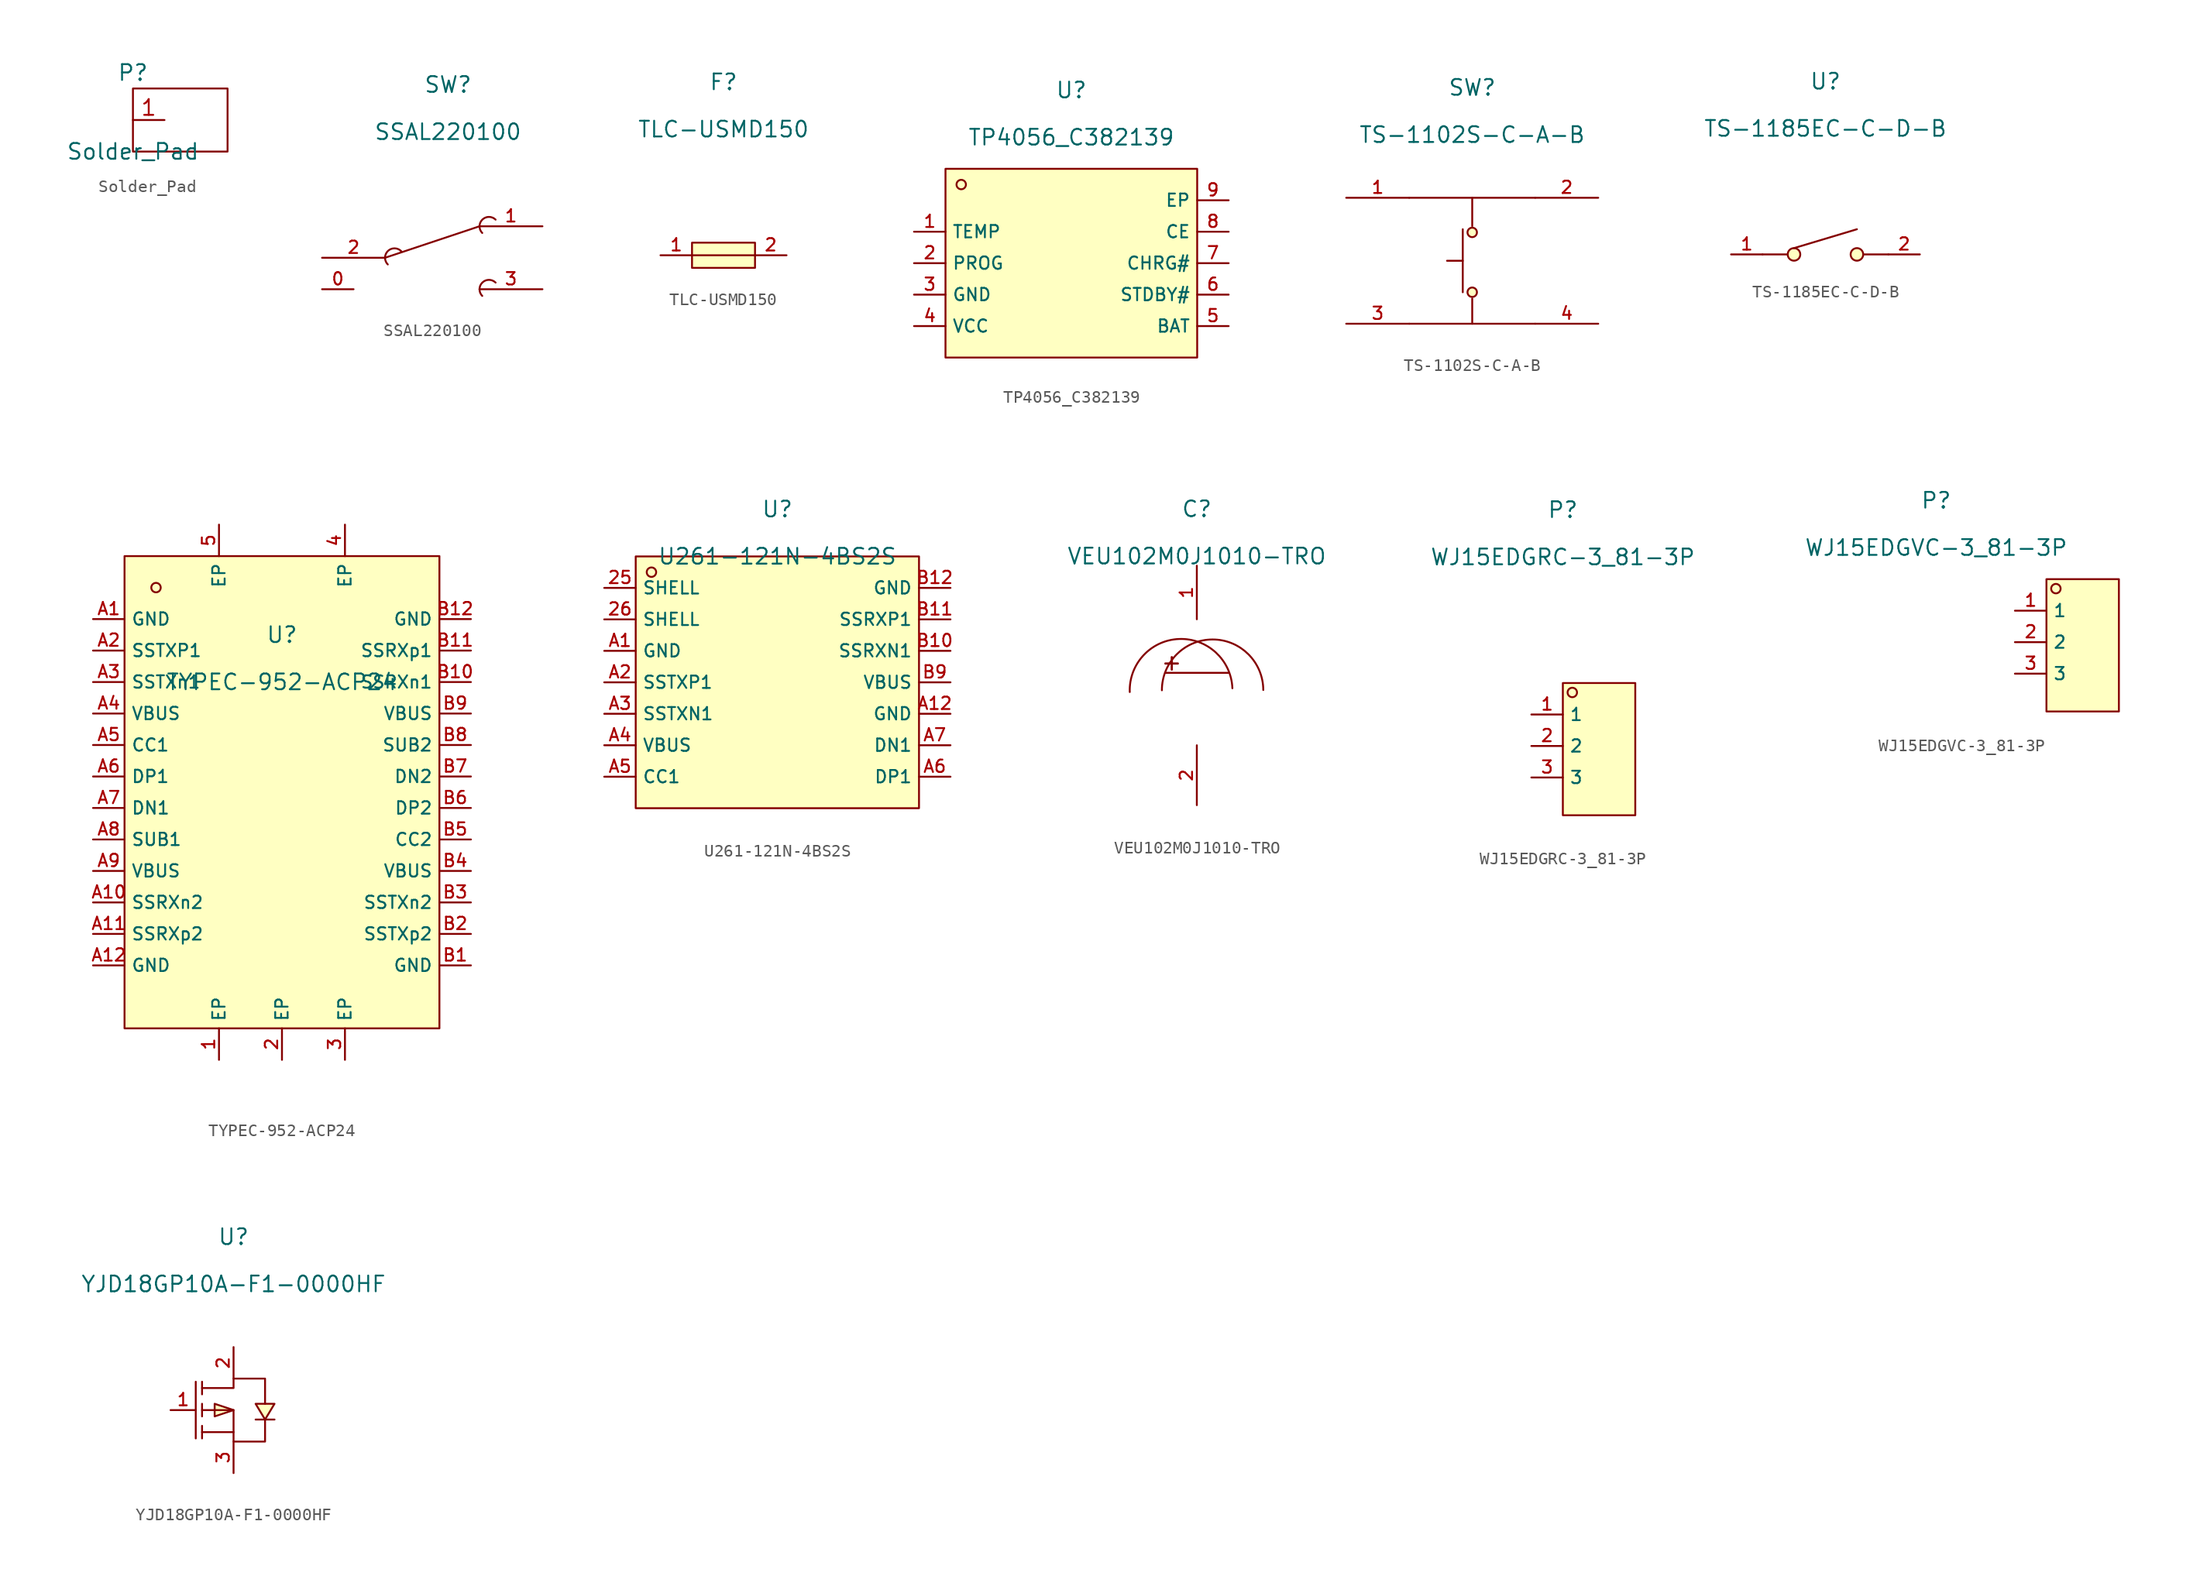
<source format=kicad_sym>
(kicad_symbol_lib
  (version 20211014)
  (generator kicad_symbol_editor)
  (symbol "Solder_Pad"
    (property "Reference" "P"
      (at 0 3.81 0)
      (effects (font (size 1.27 1.27))))
    (property "Value" "Solder_Pad"
      (at 0 -2.54 0)
      (effects (font (size 1.27 1.27))))
    (symbol "Solder_Pad_0_1"
      (rectangle (start 0 2.54) (end 7.62 -2.54) (stroke (width 0.152) (type default) (color 0 0 0 0)) (fill (type none))))
    (symbol "Solder_Pad_1_1"
      (pin bidirectional line (at 0 0 0) (length 2.54) (name "" (effects (font (size 1.27 1.27)))) (number "1" (effects (font (size 1.27 1.27)))))))
  (symbol "SSAL220100"
    (pin_names hide)
    (property "Reference" "SW"
      (at 0 1.27 0)
      (effects (font (size 1.27 1.27))))
    (property "Value" "SSAL220100"
      (at 0 -2.54 0)
      (effects (font (size 1.27 1.27))))
    (symbol "SSAL220100_0_0"
      (arc (start -3.7792 -12.1618) (mid -4.8568 -12.1618) (end -4.8568 -13.2395) (stroke (width 0) (type default) (color 0 0 0 0)) (fill (type none)))
      (polyline (pts (xy -5.08 -12.7) (xy 2.54 -10.16)) (stroke (width 0) (type default) (color 0 0 0 0)) (fill (type none)))
      (arc (start 3.8408 -14.7018) (mid 2.7632 -14.7018) (end 2.7632 -15.7795) (stroke (width 0) (type default) (color 0 0 0 0)) (fill (type none)))
      (arc (start 3.8408 -9.6218) (mid 2.7632 -9.6218) (end 2.7632 -10.6995) (stroke (width 0) (type default) (color 0 0 0 0)) (fill (type none)))
      (pin unspecified line (at -10.16 -15.24 0) (length 2.54) (name "0" (effects (font (size 1 1)))) (number "0" (effects (font (size 1 1)))))
      (pin input line (at 7.62 -10.16 180) (length 5.08) (name "1" (effects (font (size 1 1)))) (number "1" (effects (font (size 1 1)))))
      (pin input line (at -10.16 -12.7 0) (length 5.08) (name "2" (effects (font (size 1 1)))) (number "2" (effects (font (size 1 1)))))
      (pin input line (at 7.62 -15.24 180) (length 5.08) (name "3" (effects (font (size 1 1)))) (number "3" (effects (font (size 1 1)))))))
  (symbol "TLC-USMD150"
    (pin_names hide)
    (property "Reference" "F"
      (at 0 1.27 0)
      (effects (font (size 1.27 1.27))))
    (property "Value" "TLC-USMD150"
      (at 0 -2.54 0)
      (effects (font (size 1.27 1.27))))
    (symbol "TLC-USMD150_0_0"
      (rectangle (start -2.54 -11.684) (end 2.54 -13.716) (stroke (width 0) (type default) (color 0 0 0 0)) (fill (type background)))
      (polyline (pts (xy -2.54 -12.7) (xy 2.54 -12.7)) (stroke (width 0) (type default) (color 0 0 0 0)) (fill (type none)))
      (pin unspecified line (at -5.08 -12.7 0) (length 2.54) (name "1" (effects (font (size 1 1)))) (number "1" (effects (font (size 1 1)))))
      (pin unspecified line (at 5.08 -12.7 180) (length 2.54) (name "2" (effects (font (size 1 1)))) (number "2" (effects (font (size 1 1)))))))
  (symbol "TP4056_C382139"
    (property "Reference" "U"
      (at 0 1.27 0)
      (effects (font (size 1.27 1.27))))
    (property "Value" "TP4056_C382139"
      (at 0 -2.54 0)
      (effects (font (size 1.27 1.27))))
    (symbol "TP4056_C382139_0_0"
      (rectangle (start -10.16 -5.08) (end 10.16 -20.32) (stroke (width 0) (type default) (color 0 0 0 0)) (fill (type background)))
      (circle (center -8.89 -6.35) (radius 0.381) (stroke (width 0) (type default) (color 0 0 0 0)) (fill (type background)))
      (pin unspecified line (at -12.7 -10.16 0) (length 2.54) (name "TEMP" (effects (font (size 1 1)))) (number "1" (effects (font (size 1 1)))))
      (pin unspecified line (at -12.7 -12.7 0) (length 2.54) (name "PROG" (effects (font (size 1 1)))) (number "2" (effects (font (size 1 1)))))
      (pin unspecified line (at -12.7 -15.24 0) (length 2.54) (name "GND" (effects (font (size 1 1)))) (number "3" (effects (font (size 1 1)))))
      (pin unspecified line (at -12.7 -17.78 0) (length 2.54) (name "VCC" (effects (font (size 1 1)))) (number "4" (effects (font (size 1 1)))))
      (pin unspecified line (at 12.7 -17.78 180) (length 2.54) (name "BAT" (effects (font (size 1 1)))) (number "5" (effects (font (size 1 1)))))
      (pin unspecified line (at 12.7 -15.24 180) (length 2.54) (name "STDBY#" (effects (font (size 1 1)))) (number "6" (effects (font (size 1 1)))))
      (pin unspecified line (at 12.7 -12.7 180) (length 2.54) (name "CHRG#" (effects (font (size 1 1)))) (number "7" (effects (font (size 1 1)))))
      (pin unspecified line (at 12.7 -10.16 180) (length 2.54) (name "CE" (effects (font (size 1 1)))) (number "8" (effects (font (size 1 1)))))
      (pin unspecified line (at 12.7 -7.62 180) (length 2.54) (name "EP" (effects (font (size 1 1)))) (number "9" (effects (font (size 1 1)))))))
  (symbol "TS-1102S-C-A-B"
    (pin_names hide)
    (property "Reference" "SW"
      (at 0 1.27 0)
      (effects (font (size 1.27 1.27))))
    (property "Value" "TS-1102S-C-A-B"
      (at 0 -2.54 0)
      (effects (font (size 1.27 1.27))))
    (symbol "TS-1102S-C-A-B_0_0"
      (circle (center 0 -15.24) (radius 0.381) (stroke (width 0) (type default) (color 0 0 0 0)) (fill (type background)))
      (circle (center 0 -10.414) (radius 0.381) (stroke (width 0) (type default) (color 0 0 0 0)) (fill (type background)))
      (polyline (pts (xy -5.08 -17.78) (xy 5.08 -17.78)) (stroke (width 0) (type default) (color 0 0 0 0)) (fill (type none)))
      (polyline (pts (xy -5.08 -7.62) (xy 5.08 -7.62)) (stroke (width 0) (type default) (color 0 0 0 0)) (fill (type none)))
      (polyline (pts (xy -2.032 -12.7) (xy -0.762 -12.7)) (stroke (width 0) (type default) (color 0 0 0 0)) (fill (type none)))
      (polyline (pts (xy -0.762 -10.16) (xy -0.762 -15.24)) (stroke (width 0) (type default) (color 0 0 0 0)) (fill (type none)))
      (polyline (pts (xy 0 -17.78) (xy 0 -15.748)) (stroke (width 0) (type default) (color 0 0 0 0)) (fill (type none)))
      (polyline (pts (xy 0 -7.62) (xy 0 -9.906)) (stroke (width 0) (type default) (color 0 0 0 0)) (fill (type none)))
      (pin unspecified line (at -10.16 -7.62 0) (length 5.08) (name "1" (effects (font (size 1 1)))) (number "1" (effects (font (size 1 1)))))
      (pin unspecified line (at 10.16 -7.62 180) (length 5.08) (name "2" (effects (font (size 1 1)))) (number "2" (effects (font (size 1 1)))))
      (pin unspecified line (at -10.16 -17.78 0) (length 5.08) (name "3" (effects (font (size 1 1)))) (number "3" (effects (font (size 1 1)))))
      (pin unspecified line (at 10.16 -17.78 180) (length 5.08) (name "4" (effects (font (size 1 1)))) (number "4" (effects (font (size 1 1)))))))
  (symbol "TS-1185EC-C-D-B"
    (pin_names hide)
    (property "Reference" "U"
      (at 0 1.27 0)
      (effects (font (size 1.27 1.27))))
    (property "Value" "TS-1185EC-C-D-B"
      (at 0 -2.54 0)
      (effects (font (size 1.27 1.27))))
    (symbol "TS-1185EC-C-D-B_0_0"
      (circle (center -2.54 -12.7) (radius 0.508) (stroke (width 0) (type default) (color 0 0 0 0)) (fill (type background)))
      (polyline (pts (xy -5.08 -12.7) (xy -3.048 -12.7)) (stroke (width 0) (type default) (color 0 0 0 0)) (fill (type none)))
      (polyline (pts (xy -2.54 -12.192) (xy 2.54 -10.668)) (stroke (width 0) (type default) (color 0 0 0 0)) (fill (type none)))
      (polyline (pts (xy 3.048 -12.7) (xy 5.08 -12.7)) (stroke (width 0) (type default) (color 0 0 0 0)) (fill (type none)))
      (circle (center 2.54 -12.7) (radius 0.508) (stroke (width 0) (type default) (color 0 0 0 0)) (fill (type background)))
      (pin unspecified line (at -7.62 -12.7 0) (length 2.54) (name "1" (effects (font (size 1 1)))) (number "1" (effects (font (size 1 1)))))
      (pin unspecified line (at 7.62 -12.7 180) (length 2.54) (name "2" (effects (font (size 1 1)))) (number "2" (effects (font (size 1 1)))))))
  (symbol "TYPEC-952-ACP24"
    (property "Reference" "U"
      (at 0 1.27 0)
      (effects (font (size 1.27 1.27))))
    (property "Value" "TYPEC-952-ACP24"
      (at 0 -2.54 0)
      (effects (font (size 1.27 1.27))))
    (symbol "TYPEC-952-ACP24_0_0"
      (rectangle (start -12.7 7.62) (end 12.7 -30.48) (stroke (width 0) (type default) (color 0 0 0 0)) (fill (type background)))
      (circle (center -10.16 5.08) (radius 0.381) (stroke (width 0) (type default) (color 0 0 0 0)) (fill (type background)))
      (pin unspecified line (at -5.08 -33.02 90) (length 2.54) (name "EP" (effects (font (size 1 1)))) (number "1" (effects (font (size 1 1)))))
      (pin unspecified line (at 0 -33.02 90) (length 2.54) (name "EP" (effects (font (size 1 1)))) (number "2" (effects (font (size 1 1)))))
      (pin unspecified line (at 5.08 -33.02 90) (length 2.54) (name "EP" (effects (font (size 1 1)))) (number "3" (effects (font (size 1 1)))))
      (pin unspecified line (at 5.08 10.16 270) (length 2.54) (name "EP" (effects (font (size 1 1)))) (number "4" (effects (font (size 1 1)))))
      (pin unspecified line (at -5.08 10.16 270) (length 2.54) (name "EP" (effects (font (size 1 1)))) (number "5" (effects (font (size 1 1)))))
      (pin unspecified line (at -15.24 2.54 0) (length 2.54) (name "GND" (effects (font (size 1 1)))) (number "A1" (effects (font (size 1 1)))))
      (pin unspecified line (at -15.24 -20.32 0) (length 2.54) (name "SSRXn2" (effects (font (size 1 1)))) (number "A10" (effects (font (size 1 1)))))
      (pin unspecified line (at -15.24 -22.86 0) (length 2.54) (name "SSRXp2" (effects (font (size 1 1)))) (number "A11" (effects (font (size 1 1)))))
      (pin unspecified line (at -15.24 -25.4 0) (length 2.54) (name "GND" (effects (font (size 1 1)))) (number "A12" (effects (font (size 1 1)))))
      (pin unspecified line (at -15.24 0 0) (length 2.54) (name "SSTXP1" (effects (font (size 1 1)))) (number "A2" (effects (font (size 1 1)))))
      (pin unspecified line (at -15.24 -2.54 0) (length 2.54) (name "SSTXn1" (effects (font (size 1 1)))) (number "A3" (effects (font (size 1 1)))))
      (pin unspecified line (at -15.24 -5.08 0) (length 2.54) (name "VBUS" (effects (font (size 1 1)))) (number "A4" (effects (font (size 1 1)))))
      (pin unspecified line (at -15.24 -7.62 0) (length 2.54) (name "CC1" (effects (font (size 1 1)))) (number "A5" (effects (font (size 1 1)))))
      (pin unspecified line (at -15.24 -10.16 0) (length 2.54) (name "DP1" (effects (font (size 1 1)))) (number "A6" (effects (font (size 1 1)))))
      (pin unspecified line (at -15.24 -12.7 0) (length 2.54) (name "DN1" (effects (font (size 1 1)))) (number "A7" (effects (font (size 1 1)))))
      (pin unspecified line (at -15.24 -15.24 0) (length 2.54) (name "SUB1" (effects (font (size 1 1)))) (number "A8" (effects (font (size 1 1)))))
      (pin unspecified line (at -15.24 -17.78 0) (length 2.54) (name "VBUS" (effects (font (size 1 1)))) (number "A9" (effects (font (size 1 1)))))
      (pin unspecified line (at 15.24 -25.4 180) (length 2.54) (name "GND" (effects (font (size 1 1)))) (number "B1" (effects (font (size 1 1)))))
      (pin unspecified line (at 15.24 -2.54 180) (length 2.54) (name "SSRXn1" (effects (font (size 1 1)))) (number "B10" (effects (font (size 1 1)))))
      (pin unspecified line (at 15.24 0 180) (length 2.54) (name "SSRXp1" (effects (font (size 1 1)))) (number "B11" (effects (font (size 1 1)))))
      (pin unspecified line (at 15.24 2.54 180) (length 2.54) (name "GND" (effects (font (size 1 1)))) (number "B12" (effects (font (size 1 1)))))
      (pin unspecified line (at 15.24 -22.86 180) (length 2.54) (name "SSTXp2" (effects (font (size 1 1)))) (number "B2" (effects (font (size 1 1)))))
      (pin unspecified line (at 15.24 -20.32 180) (length 2.54) (name "SSTXn2" (effects (font (size 1 1)))) (number "B3" (effects (font (size 1 1)))))
      (pin unspecified line (at 15.24 -17.78 180) (length 2.54) (name "VBUS" (effects (font (size 1 1)))) (number "B4" (effects (font (size 1 1)))))
      (pin unspecified line (at 15.24 -15.24 180) (length 2.54) (name "CC2" (effects (font (size 1 1)))) (number "B5" (effects (font (size 1 1)))))
      (pin unspecified line (at 15.24 -12.7 180) (length 2.54) (name "DP2" (effects (font (size 1 1)))) (number "B6" (effects (font (size 1 1)))))
      (pin unspecified line (at 15.24 -10.16 180) (length 2.54) (name "DN2" (effects (font (size 1 1)))) (number "B7" (effects (font (size 1 1)))))
      (pin unspecified line (at 15.24 -7.62 180) (length 2.54) (name "SUB2" (effects (font (size 1 1)))) (number "B8" (effects (font (size 1 1)))))
      (pin unspecified line (at 15.24 -5.08 180) (length 2.54) (name "VBUS" (effects (font (size 1 1)))) (number "B9" (effects (font (size 1 1)))))))
  (symbol "U261-121N-4BS2S"
    (property "Reference" "U"
      (at 0 1.27 0)
      (effects (font (size 1.27 1.27))))
    (property "Value" "U261-121N-4BS2S"
      (at 0 -2.54 0)
      (effects (font (size 1.27 1.27))))
    (symbol "U261-121N-4BS2S_0_0"
      (rectangle (start -11.43 -2.54) (end 11.43 -22.86) (stroke (width 0) (type default) (color 0 0 0 0)) (fill (type background)))
      (circle (center -10.16 -3.81) (radius 0.381) (stroke (width 0) (type default) (color 0 0 0 0)) (fill (type background)))
      (pin unspecified line (at -13.97 -5.08 0) (length 2.54) (name "SHELL" (effects (font (size 1 1)))) (number "25" (effects (font (size 1 1)))))
      (pin unspecified line (at -13.97 -7.62 0) (length 2.54) (name "SHELL" (effects (font (size 1 1)))) (number "26" (effects (font (size 1 1)))))
      (pin unspecified line (at -13.97 -10.16 0) (length 2.54) (name "GND" (effects (font (size 1 1)))) (number "A1" (effects (font (size 1 1)))))
      (pin unspecified line (at 13.97 -15.24 180) (length 2.54) (name "GND" (effects (font (size 1 1)))) (number "A12" (effects (font (size 1 1)))))
      (pin unspecified line (at -13.97 -12.7 0) (length 2.54) (name "SSTXP1" (effects (font (size 1 1)))) (number "A2" (effects (font (size 1 1)))))
      (pin unspecified line (at -13.97 -15.24 0) (length 2.54) (name "SSTXN1" (effects (font (size 1 1)))) (number "A3" (effects (font (size 1 1)))))
      (pin unspecified line (at -13.97 -17.78 0) (length 2.54) (name "VBUS" (effects (font (size 1 1)))) (number "A4" (effects (font (size 1 1)))))
      (pin unspecified line (at -13.97 -20.32 0) (length 2.54) (name "CC1" (effects (font (size 1 1)))) (number "A5" (effects (font (size 1 1)))))
      (pin unspecified line (at 13.97 -20.32 180) (length 2.54) (name "DP1" (effects (font (size 1 1)))) (number "A6" (effects (font (size 1 1)))))
      (pin unspecified line (at 13.97 -17.78 180) (length 2.54) (name "DN1" (effects (font (size 1 1)))) (number "A7" (effects (font (size 1 1)))))
      (pin unspecified line (at 13.97 -10.16 180) (length 2.54) (name "SSRXN1" (effects (font (size 1 1)))) (number "B10" (effects (font (size 1 1)))))
      (pin unspecified line (at 13.97 -7.62 180) (length 2.54) (name "SSRXP1" (effects (font (size 1 1)))) (number "B11" (effects (font (size 1 1)))))
      (pin unspecified line (at 13.97 -5.08 180) (length 2.54) (name "GND" (effects (font (size 1 1)))) (number "B12" (effects (font (size 1 1)))))
      (pin unspecified line (at 13.97 -12.7 180) (length 2.54) (name "VBUS" (effects (font (size 1 1)))) (number "B9" (effects (font (size 1 1)))))))
  (symbol "VEU102M0J1010-TRO"
    (pin_names hide)
    (property "Reference" "C"
      (at 0 1.27 0)
      (effects (font (size 1.27 1.27))))
    (property "Value" "VEU102M0J1010-TRO"
      (at 0 -2.54 0)
      (effects (font (size 1.27 1.27))))
    (symbol "VEU102M0J1010-TRO_0_0"
      (rectangle (start -2.54 -11.176) (end -1.524 -11.201) (stroke (width 0) (type default) (color 0 0 0 0)) (fill (type background)))
      (rectangle (start -2.032 -10.668) (end -2.007 -11.684) (stroke (width 0) (type default) (color 0 0 0 0)) (fill (type background)))
      (polyline (pts (xy -2.54 -11.938) (xy 2.54 -11.938)) (stroke (width 0) (type default) (color 0 0 0 0)) (fill (type none)))
      (arc (start 2.8653 -13.1832) (mid -1.4218 -9.1997) (end -5.4053 -13.4868) (stroke (width 0) (type default) (color 0 0 0 0)) (fill (type none)))
      (arc (start 5.3552 -13.3243) (mid 1.2593 -9.2498) (end -2.8152 -13.3457) (stroke (width 0) (type default) (color 0 0 0 0)) (fill (type none)))
      (pin unspecified line (at 0 -7.62 90) (length 4.318) (name "1" (effects (font (size 1 1)))) (number "1" (effects (font (size 1 1)))))
      (pin unspecified line (at 0 -17.78 270) (length 4.826) (name "2" (effects (font (size 1 1)))) (number "2" (effects (font (size 1 1)))))))
  (symbol "WJ15EDGRC-3_81-3P"
    (property "Reference" "P"
      (at 0 1.27 0)
      (effects (font (size 1.27 1.27))))
    (property "Value" "WJ15EDGRC-3_81-3P"
      (at 0 -2.54 0)
      (effects (font (size 1.27 1.27))))
    (symbol "WJ15EDGRC-3_81-3P_0_0"
      (rectangle (start 0 -12.7) (end 5.842 -23.368) (stroke (width 0) (type default) (color 0 0 0 0)) (fill (type background)))
      (circle (center 0.762 -13.462) (radius 0.381) (stroke (width 0) (type default) (color 0 0 0 0)) (fill (type background)))
      (pin unspecified line (at -2.54 -15.24 0) (length 2.54) (name "1" (effects (font (size 1 1)))) (number "1" (effects (font (size 1 1)))))
      (pin unspecified line (at -2.54 -17.78 0) (length 2.54) (name "2" (effects (font (size 1 1)))) (number "2" (effects (font (size 1 1)))))
      (pin unspecified line (at -2.54 -20.32 0) (length 2.54) (name "3" (effects (font (size 1 1)))) (number "3" (effects (font (size 1 1)))))))
  (symbol "WJ15EDGVC-3_81-3P"
    (property "Reference" "P"
      (at 0 1.27 0)
      (effects (font (size 1.27 1.27))))
    (property "Value" "WJ15EDGVC-3_81-3P"
      (at 0 -2.54 0)
      (effects (font (size 1.27 1.27))))
    (symbol "WJ15EDGVC-3_81-3P_0_0"
      (rectangle (start 8.89 -5.08) (end 14.732 -15.748) (stroke (width 0) (type default) (color 0 0 0 0)) (fill (type background)))
      (circle (center 9.652 -5.842) (radius 0.381) (stroke (width 0) (type default) (color 0 0 0 0)) (fill (type background)))
      (pin unspecified line (at 6.35 -7.62 0) (length 2.54) (name "1" (effects (font (size 1 1)))) (number "1" (effects (font (size 1 1)))))
      (pin unspecified line (at 6.35 -10.16 0) (length 2.54) (name "2" (effects (font (size 1 1)))) (number "2" (effects (font (size 1 1)))))
      (pin unspecified line (at 6.35 -12.7 0) (length 2.54) (name "3" (effects (font (size 1 1)))) (number "3" (effects (font (size 1 1)))))))
  (symbol "YJD18GP10A-F1-0000HF"
    (pin_names hide)
    (property "Reference" "U"
      (at 0 1.27 0)
      (effects (font (size 1.27 1.27))))
    (property "Value" "YJD18GP10A-F1-0000HF"
      (at 0 -2.54 0)
      (effects (font (size 1.27 1.27))))
    (symbol "YJD18GP10A-F1-0000HF_0_0"
      (polyline (pts (xy -3.048 -10.414) (xy -3.048 -14.986)) (stroke (width 0) (type default) (color 0 0 0 0)) (fill (type none)))
      (polyline (pts (xy -2.54 -14.986) (xy -2.54 -13.97)) (stroke (width 0) (type default) (color 0 0 0 0)) (fill (type none)))
      (polyline (pts (xy -2.54 -13.208) (xy -2.54 -12.192)) (stroke (width 0) (type default) (color 0 0 0 0)) (fill (type none)))
      (polyline (pts (xy -2.54 -10.414) (xy -2.54 -11.43)) (stroke (width 0) (type default) (color 0 0 0 0)) (fill (type none)))
      (polyline (pts (xy 0 -14.478) (xy -2.54 -14.478)) (stroke (width 0) (type default) (color 0 0 0 0)) (fill (type none)))
      (polyline (pts (xy 0 -12.7) (xy -1.524 -12.192) (xy -1.524 -13.208) (xy 0 -12.7)) (stroke (width 0) (type default) (color 0 0 0 0)) (fill (type background)))
      (polyline (pts (xy 2.54 -13.462) (xy 1.778 -12.192) (xy 3.302 -12.192) (xy 2.54 -13.462)) (stroke (width 0) (type default) (color 0 0 0 0)) (fill (type background)))
      (polyline (pts (xy 3.302 -13.462) (xy 3.048 -13.462) (xy 2.032 -13.462) (xy 1.778 -13.462)) (stroke (width 0) (type default) (color 0 0 0 0)) (fill (type none)))
      (polyline (pts (xy -2.54 -12.7) (xy 0 -12.7) (xy 0 -15.24) (xy 2.54 -15.24) (xy 2.54 -13.462)) (stroke (width 0) (type default) (color 0 0 0 0)) (fill (type none)))
      (polyline (pts (xy -2.54 -10.922) (xy 0 -10.922) (xy 0 -10.16) (xy 2.54 -10.16) (xy 2.54 -12.192)) (stroke (width 0) (type default) (color 0 0 0 0)) (fill (type none)))
      (pin unspecified line (at -5.08 -12.7 0) (length 2.032) (name "G" (effects (font (size 1 1)))) (number "1" (effects (font (size 1 1)))))
      (pin unspecified line (at 0 -7.62 270) (length 2.54) (name "D" (effects (font (size 1 1)))) (number "2" (effects (font (size 1 1)))))
      (pin unspecified line (at 0 -17.78 90) (length 2.54) (name "S" (effects (font (size 1 1)))) (number "3" (effects (font (size 1 1))))))))
</source>
